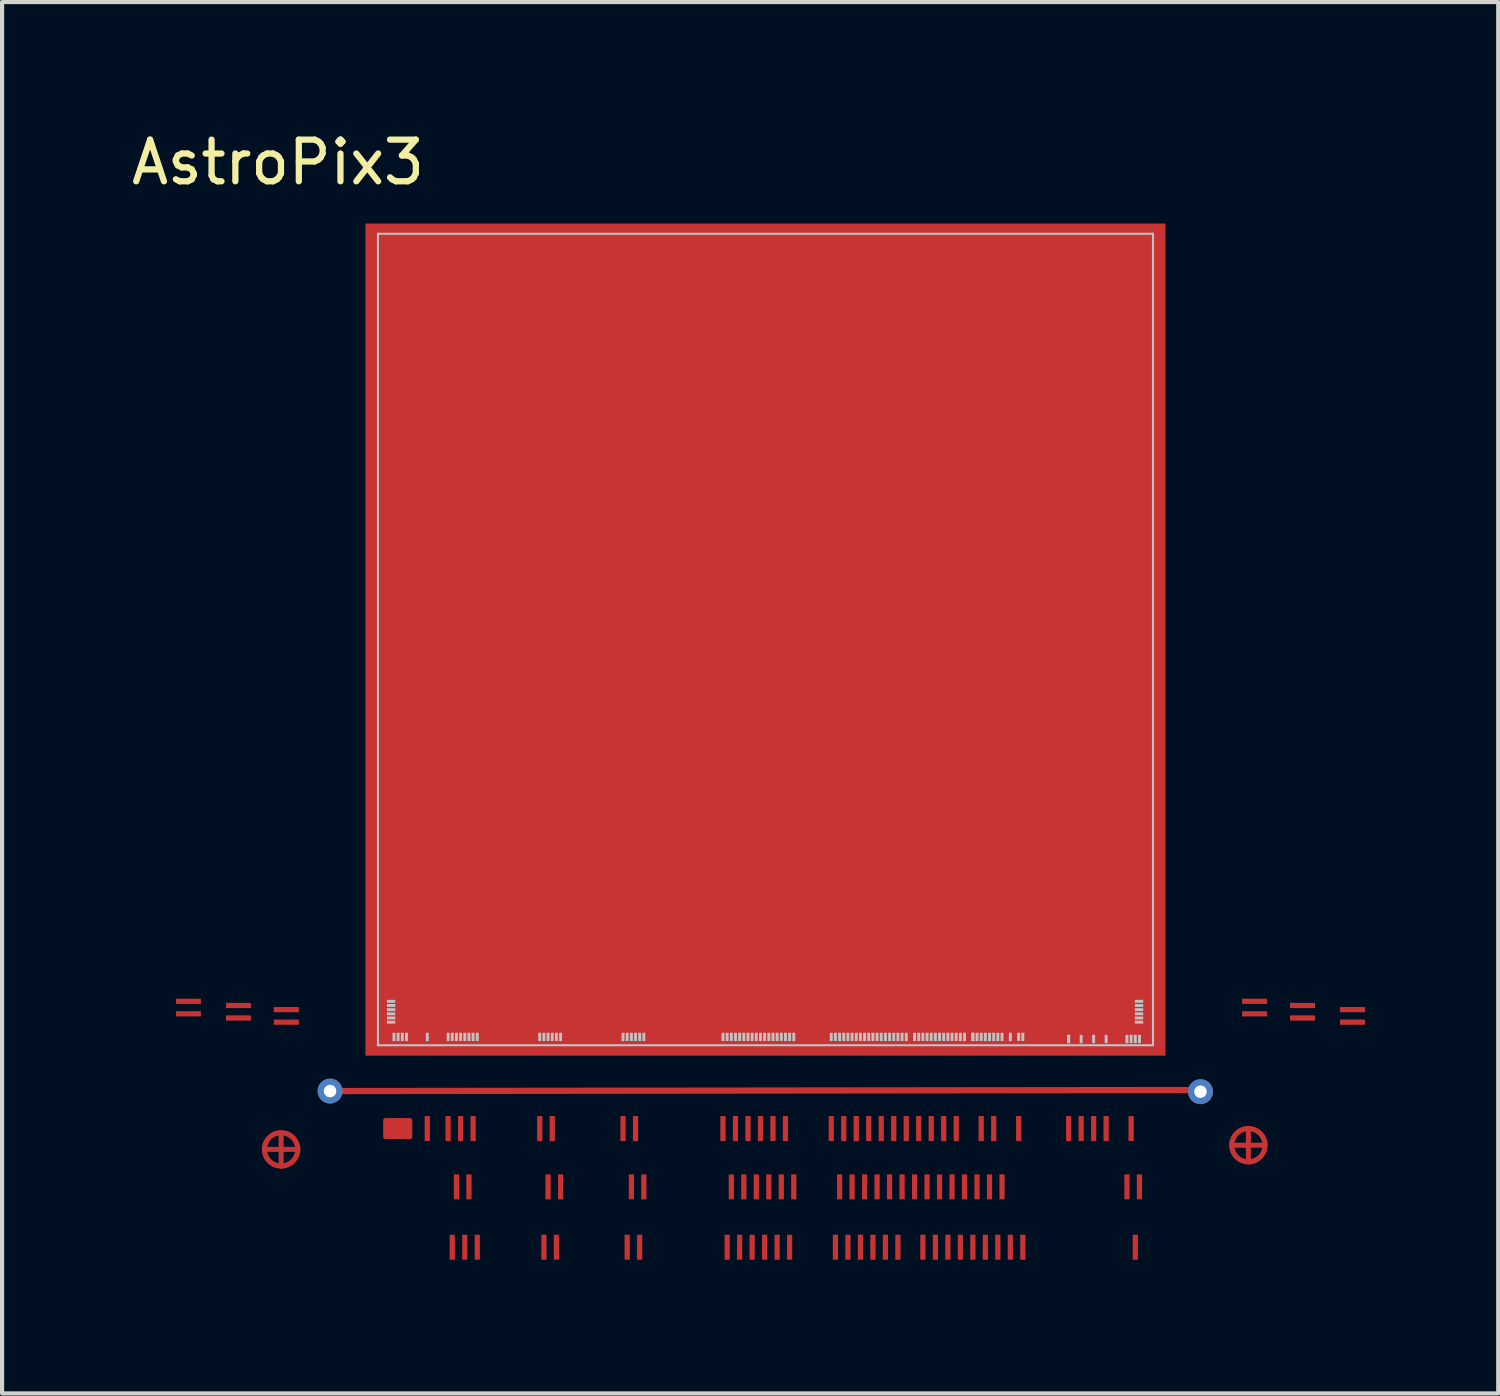
<source format=kicad_pcb>
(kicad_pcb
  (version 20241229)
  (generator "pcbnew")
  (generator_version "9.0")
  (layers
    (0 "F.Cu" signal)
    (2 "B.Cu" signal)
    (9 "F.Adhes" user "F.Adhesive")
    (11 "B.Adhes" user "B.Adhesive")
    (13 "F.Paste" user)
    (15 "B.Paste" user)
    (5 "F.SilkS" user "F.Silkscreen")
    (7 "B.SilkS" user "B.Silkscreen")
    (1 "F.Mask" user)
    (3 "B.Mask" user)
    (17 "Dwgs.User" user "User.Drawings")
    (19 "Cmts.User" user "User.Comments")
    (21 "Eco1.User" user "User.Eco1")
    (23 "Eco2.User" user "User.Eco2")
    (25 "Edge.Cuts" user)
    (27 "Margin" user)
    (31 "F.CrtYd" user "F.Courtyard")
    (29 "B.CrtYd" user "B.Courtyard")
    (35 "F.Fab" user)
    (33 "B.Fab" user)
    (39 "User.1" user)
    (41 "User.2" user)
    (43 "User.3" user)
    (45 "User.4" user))
  (footprint "AstroPix3"
    (layer "F.Cu")
    (at 6.025 22.048)
    (property "Reference" "AstroPix3" (at -2.4 -21.2 0) (layer "F.SilkS") (effects (font (size 1 1) (thickness 0.15))))
    (attr smd)
    (fp_line (start -2.675 2.5) (end -1.925 2.5) (stroke (width 0.12) (type solid)) (layer "F.Cu"))
    (fp_line (start -2.325 2.15) (end -2.325 2.9) (stroke (width 0.12) (type solid)) (layer "F.Cu"))
    (fp_line (start -1.15 1.1) (end 19.61 1.075) (stroke (width 0.15) (type solid)) (layer "F.Cu"))
    (fp_line (start 11.225 -12.5) (end 11.975 -12.5) (stroke (width 0.12) (type solid)) (layer "F.Cu"))
    (fp_line (start 11.575 -12.85) (end 11.575 -12.1) (stroke (width 0.12) (type solid)) (layer "F.Cu"))
    (fp_line (start 20.55 2.4) (end 21.3 2.4) (stroke (width 0.12) (type solid)) (layer "F.Cu"))
    (fp_line (start 20.9 2.05) (end 20.9 2.8) (stroke (width 0.12) (type solid)) (layer "F.Cu"))
    (fp_circle (center -2.325 2.5) (end -1.925 2.5) (stroke (width 0.125) (type solid)) (fill no) (layer "F.Cu"))
    (fp_circle (center 11.575 -12.5) (end 11.975 -12.5) (stroke (width 0.125) (type solid)) (fill no) (layer "F.Cu"))
    (fp_circle (center 20.9 2.4) (end 21.3 2.4) (stroke (width 0.125) (type solid)) (fill no) (layer "F.Cu"))
    (fp_poly (pts (xy 0.775 2.2) (xy 0.175 2.2) (xy 0.175 1.8) (xy 0.775 1.8)) (stroke (width 0.1) (type solid)) (fill yes) (layer "F.Cu"))
    (fp_rect (start -0.4 1.5) (end 18.8 2.5) (stroke (width 0.12) (type solid)) (fill yes) (layer "F.Mask"))
    (fp_rect (start -0.4 2.9) (end 18.8 3.9) (stroke (width 0.12) (type solid)) (fill yes) (layer "F.Mask"))
    (fp_rect (start -0.4 4.3) (end 18.8 5.3) (stroke (width 0.12) (type solid)) (fill yes) (layer "F.Mask"))
    (fp_circle (center -2.325 2.5) (end -1.95 2.5) (stroke (width 0.2) (type solid)) (fill yes) (layer "F.Mask"))
    (fp_circle (center 11.575 -12.5) (end 11.95 -12.5) (stroke (width 0.2) (type solid)) (fill no) (layer "F.Mask"))
    (fp_circle (center 20.9 2.4) (end 21.275 2.4) (stroke (width 0.2) (type solid)) (fill yes) (layer "F.Mask"))
    (fp_poly (pts (xy -1.8 -0.3) (xy -5 -0.3) (xy -5 -1.15) (xy -1.8 -1.15)) (stroke (width 0.1) (type solid)) (fill yes) (layer "F.Mask"))
    (fp_poly (pts (xy 19.85 1.1) (xy -1.15 1.1) (xy -1.15 -20.5) (xy 19.85 -20.5)) (stroke (width 0.1) (type solid)) (fill yes) (layer "F.Mask"))
    (fp_poly (pts (xy 23.85 -0.4) (xy 20.65 -0.4) (xy 20.65 -1.25) (xy 23.85 -1.25)) (stroke (width 0.1) (type solid)) (fill yes) (layer "F.Mask"))
    (fp_poly (pts (xy 11.8 -12.8) (xy 11.95 -12.55) (xy 11.825 -12.2) (xy 11.35 -12.175) (xy 11.2 -12.625) (xy 11.525 -12.875) (xy 11.55 -12.875)) (stroke (width 0.1) (type solid)) (fill yes) (layer "F.Mask"))
    (fp_line (start 0 -19.485) (end 0 0) (stroke (width 0.05) (type solid)) (layer "Dwgs.User"))
    (fp_line (start 18.61 -19.485) (end 0 -19.485) (stroke (width 0.05) (type solid)) (layer "Dwgs.User"))
    (fp_line (start 18.61 -19.485) (end 18.61 0) (stroke (width 0.05) (type solid)) (layer "Dwgs.User"))
    (fp_line (start 18.61 0) (end 0 0) (stroke (width 0.05) (type solid)) (layer "Dwgs.User"))
    (pad "" smd rect (at 0.315 -1.055 90) (size 0.07 0.2) (layers "Dwgs.User"))
    (pad "" smd rect (at 0.315 -0.955 90) (size 0.07 0.2) (layers "Dwgs.User"))
    (pad "" smd rect (at 0.315 -0.855 90) (size 0.07 0.2) (layers "Dwgs.User"))
    (pad "" smd rect (at 0.315 -0.755 90) (size 0.07 0.2) (layers "Dwgs.User"))
    (pad "" smd rect (at 0.315 -0.655 90) (size 0.07 0.2) (layers "Dwgs.User"))
    (pad "" smd rect (at 0.315 -0.555 90) (size 0.07 0.2) (layers "Dwgs.User"))
    (pad "" smd rect (at 0.385 -0.2) (size 0.07 0.2) (layers "Dwgs.User"))
    (pad "" smd rect (at 0.485 -0.2) (size 0.07 0.2) (layers "Dwgs.User"))
    (pad "" smd rect (at 0.585 -0.2) (size 0.07 0.2) (layers "Dwgs.User"))
    (pad "" smd rect (at 0.685 -0.2) (size 0.07 0.2) (layers "Dwgs.User"))
    (pad "" smd rect (at 1.185 -0.2) (size 0.07 0.2) (layers "Dwgs.User"))
    (pad "" smd rect (at 1.685 -0.2) (size 0.07 0.2) (layers "Dwgs.User"))
    (pad "" smd rect (at 1.785 -0.2) (size 0.07 0.2) (layers "Dwgs.User"))
    (pad "" smd rect (at 1.885 -0.2) (size 0.07 0.2) (layers "Dwgs.User"))
    (pad "" smd rect (at 1.985 -0.2) (size 0.07 0.2) (layers "Dwgs.User"))
    (pad "" smd rect (at 2.085 -0.2) (size 0.07 0.2) (layers "Dwgs.User"))
    (pad "" smd rect (at 2.185 -0.2) (size 0.07 0.2) (layers "Dwgs.User"))
    (pad "" smd rect (at 2.285 -0.2) (size 0.07 0.2) (layers "Dwgs.User"))
    (pad "" smd rect (at 2.385 -0.2) (size 0.07 0.2) (layers "Dwgs.User"))
    (pad "" smd rect (at 3.885 -0.2) (size 0.07 0.2) (layers "Dwgs.User"))
    (pad "" smd rect (at 3.985 -0.2) (size 0.07 0.2) (layers "Dwgs.User"))
    (pad "" smd rect (at 4.085 -0.2) (size 0.07 0.2) (layers "Dwgs.User"))
    (pad "" smd rect (at 4.185 -0.2) (size 0.07 0.2) (layers "Dwgs.User"))
    (pad "" smd rect (at 4.285 -0.2) (size 0.07 0.2) (layers "Dwgs.User"))
    (pad "" smd rect (at 4.385 -0.2) (size 0.07 0.2) (layers "Dwgs.User"))
    (pad "" smd rect (at 5.885 -0.2) (size 0.07 0.2) (layers "Dwgs.User"))
    (pad "" smd rect (at 5.985 -0.2) (size 0.07 0.2) (layers "Dwgs.User"))
    (pad "" smd rect (at 6.085 -0.2) (size 0.07 0.2) (layers "Dwgs.User"))
    (pad "" smd rect (at 6.185 -0.2) (size 0.07 0.2) (layers "Dwgs.User"))
    (pad "" smd rect (at 6.285 -0.2) (size 0.07 0.2) (layers "Dwgs.User"))
    (pad "" smd rect (at 6.385 -0.2) (size 0.07 0.2) (layers "Dwgs.User"))
    (pad "" smd rect (at 8.285 -0.2) (size 0.07 0.2) (layers "Dwgs.User"))
    (pad "" smd rect (at 8.385 -0.2) (size 0.07 0.2) (layers "Dwgs.User"))
    (pad "" smd rect (at 8.485 -0.2) (size 0.07 0.2) (layers "Dwgs.User"))
    (pad "" smd rect (at 8.585 -0.2) (size 0.07 0.2) (layers "Dwgs.User"))
    (pad "" smd rect (at 8.685 -0.2) (size 0.07 0.2) (layers "Dwgs.User"))
    (pad "" smd rect (at 8.785 -0.2) (size 0.07 0.2) (layers "Dwgs.User"))
    (pad "" smd rect (at 8.885 -0.2) (size 0.07 0.2) (layers "Dwgs.User"))
    (pad "" smd rect (at 8.985 -0.2) (size 0.07 0.2) (layers "Dwgs.User"))
    (pad "" smd rect (at 9.085 -0.2) (size 0.07 0.2) (layers "Dwgs.User"))
    (pad "" smd rect (at 9.185 -0.2) (size 0.07 0.2) (layers "Dwgs.User"))
    (pad "" smd rect (at 9.285 -0.2) (size 0.07 0.2) (layers "Dwgs.User"))
    (pad "" smd rect (at 9.385 -0.2) (size 0.07 0.2) (layers "Dwgs.User"))
    (pad "" smd rect (at 9.485 -0.2) (size 0.07 0.2) (layers "Dwgs.User"))
    (pad "" smd rect (at 9.585 -0.2) (size 0.07 0.2) (layers "Dwgs.User"))
    (pad "" smd rect (at 9.685 -0.2) (size 0.07 0.2) (layers "Dwgs.User"))
    (pad "" smd rect (at 9.785 -0.2) (size 0.07 0.2) (layers "Dwgs.User"))
    (pad "" smd rect (at 9.885 -0.2) (size 0.07 0.2) (layers "Dwgs.User"))
    (pad "" smd rect (at 9.985 -0.2) (size 0.07 0.2) (layers "Dwgs.User"))
    (pad "" smd rect (at 10.885 -0.2) (size 0.07 0.2) (layers "Dwgs.User"))
    (pad "" smd rect (at 10.985 -0.2) (size 0.07 0.2) (layers "Dwgs.User"))
    (pad "" smd rect (at 11.085 -0.2) (size 0.07 0.2) (layers "Dwgs.User"))
    (pad "" smd rect (at 11.185 -0.2) (size 0.07 0.2) (layers "Dwgs.User"))
    (pad "" smd rect (at 11.285 -0.2) (size 0.07 0.2) (layers "Dwgs.User"))
    (pad "" smd rect (at 11.385 -0.2) (size 0.07 0.2) (layers "Dwgs.User"))
    (pad "" smd rect (at 11.485 -0.2) (size 0.07 0.2) (layers "Dwgs.User"))
    (pad "" smd rect (at 11.585 -0.2) (size 0.07 0.2) (layers "Dwgs.User"))
    (pad "" smd rect (at 11.685 -0.2) (size 0.07 0.2) (layers "Dwgs.User"))
    (pad "" smd rect (at 11.785 -0.2) (size 0.07 0.2) (layers "Dwgs.User"))
    (pad "" smd rect (at 11.885 -0.2) (size 0.07 0.2) (layers "Dwgs.User"))
    (pad "" smd rect (at 11.985 -0.2) (size 0.07 0.2) (layers "Dwgs.User"))
    (pad "" smd rect (at 12.085 -0.2) (size 0.07 0.2) (layers "Dwgs.User"))
    (pad "" smd rect (at 12.185 -0.2) (size 0.07 0.2) (layers "Dwgs.User"))
    (pad "" smd rect (at 12.285 -0.2) (size 0.07 0.2) (layers "Dwgs.User"))
    (pad "" smd rect (at 12.385 -0.2) (size 0.07 0.2) (layers "Dwgs.User"))
    (pad "" smd rect (at 12.485 -0.2) (size 0.07 0.2) (layers "Dwgs.User"))
    (pad "" smd rect (at 12.585 -0.2) (size 0.07 0.2) (layers "Dwgs.User"))
    (pad "" smd rect (at 12.685 -0.2) (size 0.07 0.2) (layers "Dwgs.User"))
    (pad "" smd rect (at 12.885 -0.2) (size 0.07 0.2) (layers "Dwgs.User"))
    (pad "" smd rect (at 12.985 -0.2) (size 0.07 0.2) (layers "Dwgs.User"))
    (pad "" smd rect (at 13.085 -0.2) (size 0.07 0.2) (layers "Dwgs.User"))
    (pad "" smd rect (at 13.185 -0.2) (size 0.07 0.2) (layers "Dwgs.User"))
    (pad "" smd rect (at 13.285 -0.2) (size 0.07 0.2) (layers "Dwgs.User"))
    (pad "" smd rect (at 13.385 -0.2) (size 0.07 0.2) (layers "Dwgs.User"))
    (pad "" smd rect (at 13.485 -0.2) (size 0.07 0.2) (layers "Dwgs.User"))
    (pad "" smd rect (at 13.585 -0.2) (size 0.07 0.2) (layers "Dwgs.User"))
    (pad "" smd rect (at 13.685 -0.2) (size 0.07 0.2) (layers "Dwgs.User"))
    (pad "" smd rect (at 13.785 -0.2) (size 0.07 0.2) (layers "Dwgs.User"))
    (pad "" smd rect (at 13.885 -0.2) (size 0.07 0.2) (layers "Dwgs.User"))
    (pad "" smd rect (at 13.985 -0.2) (size 0.07 0.2) (layers "Dwgs.User"))
    (pad "" smd rect (at 14.085 -0.2) (size 0.07 0.2) (layers "Dwgs.User"))
    (pad "" smd rect (at 14.285 -0.2) (size 0.07 0.2) (layers "Dwgs.User"))
    (pad "" smd rect (at 14.285 -0.2) (size 0.07 0.2) (layers "Dwgs.User"))
    (pad "" smd rect (at 14.385 -0.2) (size 0.07 0.2) (layers "Dwgs.User"))
    (pad "" smd rect (at 14.485 -0.2) (size 0.07 0.2) (layers "Dwgs.User"))
    (pad "" smd rect (at 14.585 -0.2) (size 0.07 0.2) (layers "Dwgs.User"))
    (pad "" smd rect (at 14.685 -0.2) (size 0.07 0.2) (layers "Dwgs.User"))
    (pad "" smd rect (at 14.785 -0.2) (size 0.07 0.2) (layers "Dwgs.User"))
    (pad "" smd rect (at 14.885 -0.2) (size 0.07 0.2) (layers "Dwgs.User"))
    (pad "" smd rect (at 14.985 -0.2) (size 0.07 0.2) (layers "Dwgs.User"))
    (pad "" smd rect (at 15.185 -0.2) (size 0.07 0.2) (layers "Dwgs.User"))
    (pad "" smd rect (at 15.385 -0.2) (size 0.07 0.2) (layers "Dwgs.User"))
    (pad "" smd rect (at 15.485 -0.2) (size 0.07 0.2) (layers "Dwgs.User"))
    (pad "" smd rect (at 16.585 -0.15) (size 0.07 0.2) (layers "Dwgs.User"))
    (pad "" smd rect (at 16.585 -0.15) (size 0.07 0.2) (layers "Dwgs.User"))
    (pad "" smd rect (at 16.885 -0.15) (size 0.07 0.2) (layers "Dwgs.User"))
    (pad "" smd rect (at 17.185 -0.15) (size 0.07 0.2) (layers "Dwgs.User"))
    (pad "" smd rect (at 17.485 -0.15) (size 0.07 0.2) (layers "Dwgs.User"))
    (pad "" smd rect (at 17.985 -0.15) (size 0.07 0.2) (layers "Dwgs.User"))
    (pad "" smd rect (at 18.085 -0.15) (size 0.07 0.2) (layers "Dwgs.User"))
    (pad "" smd rect (at 18.185 -0.15) (size 0.07 0.2) (layers "Dwgs.User"))
    (pad "" smd rect (at 18.275 -1.055 90) (size 0.07 0.2) (layers "Dwgs.User"))
    (pad "" smd rect (at 18.275 -0.955 90) (size 0.07 0.2) (layers "Dwgs.User"))
    (pad "" smd rect (at 18.275 -0.855 90) (size 0.07 0.2) (layers "Dwgs.User"))
    (pad "" smd rect (at 18.275 -0.755 90) (size 0.07 0.2) (layers "Dwgs.User"))
    (pad "" smd rect (at 18.275 -0.655 90) (size 0.07 0.2) (layers "Dwgs.User"))
    (pad "" smd rect (at 18.275 -0.555 90) (size 0.07 0.2) (layers "Dwgs.User"))
    (pad "" smd rect (at 18.285 -0.15) (size 0.07 0.2) (layers "Dwgs.User"))
    (pad "B0" smd rect (at 9.305 -9.74) (size 19.21 19.98) (layers "F.Cu" "F.Mask" "F.Paste"))
    (pad "B1" smd rect (at 0.325 2) (size 0.125 0.5) (layers "F.Cu" "F.Mask" "F.Paste"))
    (pad "B2" smd rect (at 0.45 2) (size 0.125 0.5) (layers "F.Cu" "F.Mask" "F.Paste"))
    (pad "B3" smd rect (at 0.575 2) (size 0.125 0.5) (layers "F.Cu" "F.Mask" "F.Paste"))
    (pad "B4" smd rect (at 0.71 2) (size 0.125 0.5) (layers "F.Cu" "F.Mask" "F.Paste"))
    (pad "B5" smd rect (at 1.185 2) (size 0.125 0.6) (layers "F.Cu" "F.Mask" "F.Paste"))
    (pad "B6" smd rect (at 1.685 2) (size 0.125 0.6) (layers "F.Cu" "F.Mask" "F.Paste"))
    (pad "B7" smd rect (at 1.785 4.85) (size 0.125 0.6) (layers "F.Cu" "F.Mask" "F.Paste"))
    (pad "B8" smd rect (at 1.885 3.4) (size 0.125 0.6) (layers "F.Cu" "F.Mask" "F.Paste"))
    (pad "B9" smd rect (at 1.985 2) (size 0.125 0.6) (layers "F.Cu" "F.Mask" "F.Paste"))
    (pad "B10" smd rect (at 2.085 4.85) (size 0.125 0.6) (layers "F.Cu" "F.Mask" "F.Paste"))
    (pad "B11" smd rect (at 2.185 3.4) (size 0.125 0.6) (layers "F.Cu" "F.Mask" "F.Paste"))
    (pad "B12" smd rect (at 2.285 2) (size 0.125 0.6) (layers "F.Cu" "F.Mask" "F.Paste"))
    (pad "B13" smd rect (at 2.385 4.85) (size 0.125 0.6) (layers "F.Cu" "F.Mask" "F.Paste"))
    (pad "B14" smd rect (at 3.885 2) (size 0.125 0.6) (layers "F.Cu" "F.Mask" "F.Paste"))
    (pad "B15" smd rect (at 3.985 4.85) (size 0.125 0.6) (layers "F.Cu" "F.Mask" "F.Paste"))
    (pad "B16" smd rect (at 4.085 3.4) (size 0.125 0.6) (layers "F.Cu" "F.Mask" "F.Paste"))
    (pad "B17" smd rect (at 4.185 2) (size 0.125 0.6) (layers "F.Cu" "F.Mask" "F.Paste"))
    (pad "B18" smd rect (at 4.285 4.85) (size 0.125 0.6) (layers "F.Cu" "F.Mask" "F.Paste"))
    (pad "B19" smd rect (at 4.385 3.4) (size 0.125 0.6) (layers "F.Cu" "F.Mask" "F.Paste"))
    (pad "B20" smd rect (at 5.885 2) (size 0.125 0.6) (layers "F.Cu" "F.Mask" "F.Paste"))
    (pad "B21" smd rect (at 5.985 4.85) (size 0.125 0.6) (layers "F.Cu" "F.Mask" "F.Paste"))
    (pad "B22" smd rect (at 6.085 3.4) (size 0.125 0.6) (layers "F.Cu" "F.Mask" "F.Paste"))
    (pad "B23" smd rect (at 6.185 2) (size 0.125 0.6) (layers "F.Cu" "F.Mask" "F.Paste"))
    (pad "B24" smd rect (at 6.285 4.85) (size 0.125 0.6) (layers "F.Cu" "F.Mask" "F.Paste"))
    (pad "B25" smd rect (at 6.385 3.4) (size 0.125 0.6) (layers "F.Cu" "F.Mask" "F.Paste"))
    (pad "B26" smd rect (at 8.285 2) (size 0.125 0.6) (layers "F.Cu" "F.Mask" "F.Paste"))
    (pad "B27" smd rect (at 8.385 4.85) (size 0.125 0.6) (layers "F.Cu" "F.Mask" "F.Paste"))
    (pad "B28" smd rect (at 8.485 3.4) (size 0.125 0.6) (layers "F.Cu" "F.Mask" "F.Paste"))
    (pad "B29" smd rect (at 8.585 2) (size 0.125 0.6) (layers "F.Cu" "F.Mask" "F.Paste"))
    (pad "B30" smd rect (at 8.685 4.85) (size 0.125 0.6) (layers "F.Cu" "F.Mask" "F.Paste"))
    (pad "B31" smd rect (at 8.785 3.4) (size 0.125 0.6) (layers "F.Cu" "F.Mask" "F.Paste"))
    (pad "B32" smd rect (at 8.885 2) (size 0.125 0.6) (layers "F.Cu" "F.Mask" "F.Paste"))
    (pad "B33" smd rect (at 8.985 4.85) (size 0.125 0.6) (layers "F.Cu" "F.Mask" "F.Paste"))
    (pad "B34" smd rect (at 9.085 3.4) (size 0.125 0.6) (layers "F.Cu" "F.Mask" "F.Paste"))
    (pad "B35" smd rect (at 9.185 2) (size 0.125 0.6) (layers "F.Cu" "F.Mask" "F.Paste"))
    (pad "B36" smd rect (at 9.285 4.85) (size 0.125 0.6) (layers "F.Cu" "F.Mask" "F.Paste"))
    (pad "B37" smd rect (at 9.385 3.4) (size 0.125 0.6) (layers "F.Cu" "F.Mask" "F.Paste"))
    (pad "B38" smd rect (at 9.485 2) (size 0.125 0.6) (layers "F.Cu" "F.Mask" "F.Paste"))
    (pad "B39" smd rect (at 9.585 4.85) (size 0.125 0.6) (layers "F.Cu" "F.Mask" "F.Paste"))
    (pad "B40" smd rect (at 9.685 3.4) (size 0.125 0.6) (layers "F.Cu" "F.Mask" "F.Paste"))
    (pad "B41" smd rect (at 9.785 2) (size 0.125 0.6) (layers "F.Cu" "F.Mask" "F.Paste"))
    (pad "B42" smd rect (at 9.885 4.85) (size 0.125 0.6) (layers "F.Cu" "F.Mask" "F.Paste"))
    (pad "B43" smd rect (at 9.985 3.4) (size 0.125 0.6) (layers "F.Cu" "F.Mask" "F.Paste"))
    (pad "B44" smd rect (at 10.885 2) (size 0.125 0.6) (layers "F.Cu" "F.Mask" "F.Paste"))
    (pad "B45" smd rect (at 10.985 4.85) (size 0.125 0.6) (layers "F.Cu" "F.Mask" "F.Paste"))
    (pad "B46" smd rect (at 11.085 3.4) (size 0.125 0.6) (layers "F.Cu" "F.Mask" "F.Paste"))
    (pad "B47" smd rect (at 11.185 2) (size 0.125 0.6) (layers "F.Cu" "F.Mask" "F.Paste"))
    (pad "B48" smd rect (at 11.285 4.85) (size 0.125 0.6) (layers "F.Cu" "F.Mask" "F.Paste"))
    (pad "B49" smd rect (at 11.385 3.4) (size 0.125 0.6) (layers "F.Cu" "F.Mask" "F.Paste"))
    (pad "B50" smd rect (at 11.485 2) (size 0.125 0.6) (layers "F.Cu" "F.Mask" "F.Paste"))
    (pad "B51" smd rect (at 11.585 4.85) (size 0.125 0.6) (layers "F.Cu" "F.Mask" "F.Paste"))
    (pad "B52" smd rect (at 11.685 3.4) (size 0.125 0.6) (layers "F.Cu" "F.Mask" "F.Paste"))
    (pad "B53" smd rect (at 11.785 2) (size 0.125 0.6) (layers "F.Cu" "F.Mask" "F.Paste"))
    (pad "B54" smd rect (at 11.885 4.85) (size 0.125 0.6) (layers "F.Cu" "F.Mask" "F.Paste"))
    (pad "B55" smd rect (at 11.985 3.4) (size 0.125 0.6) (layers "F.Cu" "F.Mask" "F.Paste"))
    (pad "B56" smd rect (at 12.085 2) (size 0.125 0.6) (layers "F.Cu" "F.Mask" "F.Paste"))
    (pad "B57" smd rect (at 12.185 4.85) (size 0.125 0.6) (layers "F.Cu" "F.Mask" "F.Paste"))
    (pad "B58" smd rect (at 12.285 3.4) (size 0.125 0.6) (layers "F.Cu" "F.Mask" "F.Paste"))
    (pad "B59" smd rect (at 12.385 2) (size 0.125 0.6) (layers "F.Cu" "F.Mask" "F.Paste"))
    (pad "B60" smd rect (at 12.485 4.85) (size 0.125 0.6) (layers "F.Cu" "F.Mask" "F.Paste"))
    (pad "B61" smd rect (at 12.585 3.4) (size 0.125 0.6) (layers "F.Cu" "F.Mask" "F.Paste"))
    (pad "B62" smd rect (at 12.685 2) (size 0.125 0.6) (layers "F.Cu" "F.Mask" "F.Paste"))
    (pad "B63" smd rect (at 12.885 3.4) (size 0.125 0.6) (layers "F.Cu" "F.Mask" "F.Paste"))
    (pad "B64" smd rect (at 12.985 2) (size 0.125 0.6) (layers "F.Cu" "F.Mask" "F.Paste"))
    (pad "B65" smd rect (at 13.085 4.85) (size 0.125 0.6) (layers "F.Cu" "F.Mask" "F.Paste"))
    (pad "B66" smd rect (at 13.185 3.4) (size 0.125 0.6) (layers "F.Cu" "F.Mask" "F.Paste"))
    (pad "B67" smd rect (at 13.285 2) (size 0.125 0.6) (layers "F.Cu" "F.Mask" "F.Paste"))
    (pad "B68" smd rect (at 13.385 4.85) (size 0.125 0.6) (layers "F.Cu" "F.Mask" "F.Paste"))
    (pad "B69" smd rect (at 13.485 3.4) (size 0.125 0.6) (layers "F.Cu" "F.Mask" "F.Paste"))
    (pad "B70" smd rect (at 13.585 2) (size 0.125 0.6) (layers "F.Cu" "F.Mask" "F.Paste"))
    (pad "B71" smd rect (at 13.685 4.85) (size 0.125 0.6) (layers "F.Cu" "F.Mask" "F.Paste"))
    (pad "B72" smd rect (at 13.785 3.4) (size 0.125 0.6) (layers "F.Cu" "F.Mask" "F.Paste"))
    (pad "B73" smd rect (at 13.885 2) (size 0.125 0.6) (layers "F.Cu" "F.Mask" "F.Paste"))
    (pad "B74" smd rect (at 13.985 4.85) (size 0.125 0.6) (layers "F.Cu" "F.Mask" "F.Paste"))
    (pad "B75" smd rect (at 14.085 3.4) (size 0.125 0.6) (layers "F.Cu" "F.Mask" "F.Paste"))
    (pad "B76" smd rect (at 14.285 4.85) (size 0.125 0.6) (layers "F.Cu" "F.Mask" "F.Paste"))
    (pad "B77" smd rect (at 14.385 3.4) (size 0.125 0.6) (layers "F.Cu" "F.Mask" "F.Paste"))
    (pad "B78" smd rect (at 14.485 2) (size 0.125 0.6) (layers "F.Cu" "F.Mask" "F.Paste"))
    (pad "B79" smd rect (at 14.585 4.85) (size 0.125 0.6) (layers "F.Cu" "F.Mask" "F.Paste"))
    (pad "B80" smd rect (at 14.685 3.4) (size 0.125 0.6) (layers "F.Cu" "F.Mask" "F.Paste"))
    (pad "B81" smd rect (at 14.785 2) (size 0.125 0.6) (layers "F.Cu" "F.Mask" "F.Paste"))
    (pad "B82" smd rect (at 14.885 4.85) (size 0.125 0.6) (layers "F.Cu" "F.Mask" "F.Paste"))
    (pad "B83" smd rect (at 14.985 3.4) (size 0.125 0.6) (layers "F.Cu" "F.Mask" "F.Paste"))
    (pad "B84" smd rect (at 15.185 4.85) (size 0.125 0.6) (layers "F.Cu" "F.Mask" "F.Paste"))
    (pad "B85" smd rect (at 15.385 2) (size 0.125 0.6) (layers "F.Cu" "F.Mask" "F.Paste"))
    (pad "B86" smd rect (at 15.485 4.85) (size 0.125 0.6) (layers "F.Cu" "F.Mask" "F.Paste"))
    (pad "B87" smd rect (at 16.585 2) (size 0.125 0.6) (layers "F.Cu" "F.Mask" "F.Paste"))
    (pad "B88" smd rect (at 16.885 2) (size 0.125 0.6) (layers "F.Cu" "F.Mask" "F.Paste"))
    (pad "B89" smd rect (at 17.185 2) (size 0.125 0.6) (layers "F.Cu" "F.Mask" "F.Paste"))
    (pad "B90" smd rect (at 17.485 2) (size 0.125 0.6) (layers "F.Cu" "F.Mask" "F.Paste"))
    (pad "B91" smd rect (at 17.985 3.4) (size 0.125 0.6) (layers "F.Cu" "F.Mask" "F.Paste"))
    (pad "B92" smd rect (at 18.085 2) (size 0.125 0.6) (layers "F.Cu" "F.Mask" "F.Paste"))
    (pad "B93" smd rect (at 18.185 4.85) (size 0.125 0.6) (layers "F.Cu" "F.Mask" "F.Paste"))
    (pad "B94" smd rect (at 18.285 3.4) (size 0.125 0.6) (layers "F.Cu" "F.Mask" "F.Paste"))
    (pad "L1" smd rect (at -4.55 -1.055 270) (size 0.125 0.6) (layers "F.Cu" "F.Mask" "F.Paste"))
    (pad "L2" smd rect (at -3.35 -0.955 270) (size 0.125 0.6) (layers "F.Cu" "F.Mask" "F.Paste"))
    (pad "L3" smd rect (at -2.2 -0.855 270) (size 0.125 0.6) (layers "F.Cu" "F.Mask" "F.Paste"))
    (pad "L4" smd rect (at -4.55 -0.755 270) (size 0.125 0.6) (layers "F.Cu" "F.Mask" "F.Paste"))
    (pad "L5" smd rect (at -3.35 -0.655 270) (size 0.125 0.6) (layers "F.Cu" "F.Mask" "F.Paste"))
    (pad "L6" smd rect (at -2.2 -0.555 270) (size 0.125 0.6) (layers "F.Cu" "F.Mask" "F.Paste"))
    (pad "R1" smd rect (at 23.4 -0.555 90) (size 0.125 0.6) (layers "F.Cu" "F.Mask" "F.Paste"))
    (pad "R2" smd rect (at 22.2 -0.655 90) (size 0.125 0.6) (layers "F.Cu" "F.Mask" "F.Paste"))
    (pad "R3" smd rect (at 21.05 -0.755 90) (size 0.125 0.6) (layers "F.Cu" "F.Mask" "F.Paste"))
    (pad "R4" smd rect (at 23.4 -0.855 90) (size 0.125 0.6) (layers "F.Cu" "F.Mask" "F.Paste"))
    (pad "R5" smd rect (at 22.2 -0.955 90) (size 0.125 0.6) (layers "F.Cu" "F.Mask" "F.Paste"))
    (pad "R6" smd rect (at 21.05 -1.055 90) (size 0.125 0.6) (layers "F.Cu" "F.Mask" "F.Paste"))
    (pad "Ring1" thru_hole circle (at -1.15 1.1) (size 0.6 0.6) (drill 0.3) (layers "*.Cu" "*.Mask"))
    (pad "Ring1" thru_hole circle (at 19.75 1.115) (size 0.6 0.6) (drill 0.3) (layers "*.Cu" "*.Mask")))
  (gr_rect
    (start -3 -3)
    (end 32.925 30.408)
    (stroke (width 0.1) (type default))
    (fill no)
    (layer "Edge.Cuts")))
</source>
